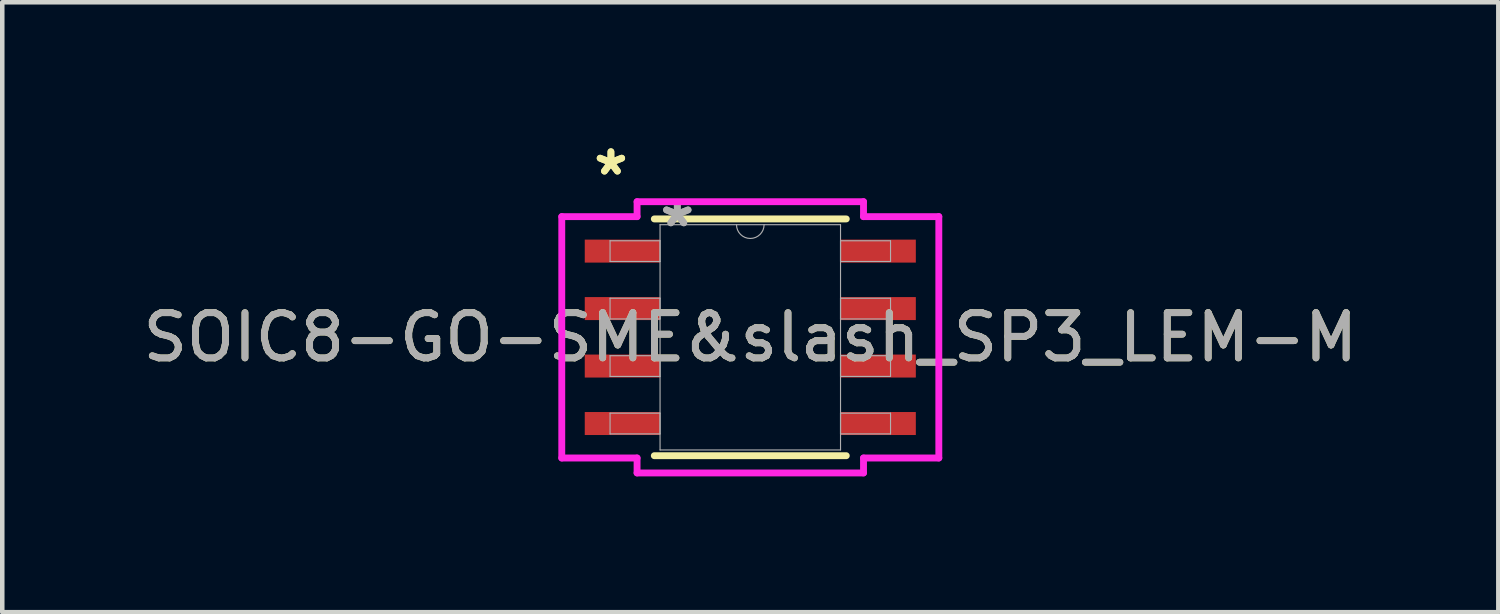
<source format=kicad_pcb>
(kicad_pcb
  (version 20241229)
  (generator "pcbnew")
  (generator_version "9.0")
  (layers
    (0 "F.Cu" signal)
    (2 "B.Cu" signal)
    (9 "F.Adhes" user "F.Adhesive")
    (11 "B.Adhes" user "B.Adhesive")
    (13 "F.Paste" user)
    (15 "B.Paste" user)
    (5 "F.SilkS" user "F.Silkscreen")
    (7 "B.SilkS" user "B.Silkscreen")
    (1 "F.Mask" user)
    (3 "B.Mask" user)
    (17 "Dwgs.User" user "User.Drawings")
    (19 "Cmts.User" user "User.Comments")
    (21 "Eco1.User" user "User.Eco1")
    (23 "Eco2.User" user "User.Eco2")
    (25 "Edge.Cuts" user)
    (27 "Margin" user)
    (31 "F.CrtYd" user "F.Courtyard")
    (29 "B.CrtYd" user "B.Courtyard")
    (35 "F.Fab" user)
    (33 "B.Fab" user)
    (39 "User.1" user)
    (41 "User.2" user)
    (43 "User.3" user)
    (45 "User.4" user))
  (footprint "SOIC8-GO-SME&slash_SP3_LEM-M"
    (layer "F.Cu")
    (at 13.53 4.404)
    (property "Reference" "SOIC8-GO-SME&slash_SP3_LEM-M" (at 0 0 0) (unlocked yes) (layer "F.SilkS") (effects (font (size 1 1) (thickness 0.15))))
    (attr smd)
    (fp_line (start -2.121 2.616) (end 2.121 2.616) (stroke (width 0.152) (type solid)) (layer "F.SilkS"))
    (fp_line (start 2.121 -2.616) (end -2.121 -2.616) (stroke (width 0.152) (type solid)) (layer "F.SilkS"))
    (fp_line (start -4.166 -2.667) (end -2.502 -2.667) (stroke (width 0.152) (type solid)) (layer "F.CrtYd"))
    (fp_line (start -4.166 2.667) (end -4.166 -2.667) (stroke (width 0.152) (type solid)) (layer "F.CrtYd"))
    (fp_line (start -4.166 2.667) (end -2.502 2.667) (stroke (width 0.152) (type solid)) (layer "F.CrtYd"))
    (fp_line (start -2.502 -2.997) (end 2.502 -2.997) (stroke (width 0.152) (type solid)) (layer "F.CrtYd"))
    (fp_line (start -2.502 -2.667) (end -2.502 -2.997) (stroke (width 0.152) (type solid)) (layer "F.CrtYd"))
    (fp_line (start -2.502 2.997) (end -2.502 2.667) (stroke (width 0.152) (type solid)) (layer "F.CrtYd"))
    (fp_line (start 2.502 -2.997) (end 2.502 -2.667) (stroke (width 0.152) (type solid)) (layer "F.CrtYd"))
    (fp_line (start 2.502 2.667) (end 2.502 2.997) (stroke (width 0.152) (type solid)) (layer "F.CrtYd"))
    (fp_line (start 2.502 2.997) (end -2.502 2.997) (stroke (width 0.152) (type solid)) (layer "F.CrtYd"))
    (fp_line (start 4.166 -2.667) (end 2.502 -2.667) (stroke (width 0.152) (type solid)) (layer "F.CrtYd"))
    (fp_line (start 4.166 -2.667) (end 4.166 2.667) (stroke (width 0.152) (type solid)) (layer "F.CrtYd"))
    (fp_line (start 4.166 2.667) (end 2.502 2.667) (stroke (width 0.152) (type solid)) (layer "F.CrtYd"))
    (fp_line (start -3.099 -2.134) (end -3.099 -1.676) (stroke (width 0.025) (type solid)) (layer "F.Fab"))
    (fp_line (start -3.099 -1.676) (end -1.994 -1.676) (stroke (width 0.025) (type solid)) (layer "F.Fab"))
    (fp_line (start -3.099 -0.864) (end -3.099 -0.406) (stroke (width 0.025) (type solid)) (layer "F.Fab"))
    (fp_line (start -3.099 -0.406) (end -1.994 -0.406) (stroke (width 0.025) (type solid)) (layer "F.Fab"))
    (fp_line (start -3.099 0.406) (end -3.099 0.864) (stroke (width 0.025) (type solid)) (layer "F.Fab"))
    (fp_line (start -3.099 0.864) (end -1.994 0.864) (stroke (width 0.025) (type solid)) (layer "F.Fab"))
    (fp_line (start -3.099 1.676) (end -3.099 2.134) (stroke (width 0.025) (type solid)) (layer "F.Fab"))
    (fp_line (start -3.099 2.134) (end -1.994 2.134) (stroke (width 0.025) (type solid)) (layer "F.Fab"))
    (fp_line (start -1.994 -2.489) (end -1.994 2.489) (stroke (width 0.025) (type solid)) (layer "F.Fab"))
    (fp_line (start -1.994 -2.134) (end -3.099 -2.134) (stroke (width 0.025) (type solid)) (layer "F.Fab"))
    (fp_line (start -1.994 -1.676) (end -1.994 -2.134) (stroke (width 0.025) (type solid)) (layer "F.Fab"))
    (fp_line (start -1.994 -0.864) (end -3.099 -0.864) (stroke (width 0.025) (type solid)) (layer "F.Fab"))
    (fp_line (start -1.994 -0.406) (end -1.994 -0.864) (stroke (width 0.025) (type solid)) (layer "F.Fab"))
    (fp_line (start -1.994 0.406) (end -3.099 0.406) (stroke (width 0.025) (type solid)) (layer "F.Fab"))
    (fp_line (start -1.994 0.864) (end -1.994 0.406) (stroke (width 0.025) (type solid)) (layer "F.Fab"))
    (fp_line (start -1.994 1.676) (end -3.099 1.676) (stroke (width 0.025) (type solid)) (layer "F.Fab"))
    (fp_line (start -1.994 2.134) (end -1.994 1.676) (stroke (width 0.025) (type solid)) (layer "F.Fab"))
    (fp_line (start -1.994 2.489) (end 1.994 2.489) (stroke (width 0.025) (type solid)) (layer "F.Fab"))
    (fp_line (start 1.994 -2.489) (end -1.994 -2.489) (stroke (width 0.025) (type solid)) (layer "F.Fab"))
    (fp_line (start 1.994 -2.134) (end 1.994 -1.676) (stroke (width 0.025) (type solid)) (layer "F.Fab"))
    (fp_line (start 1.994 -1.676) (end 3.099 -1.676) (stroke (width 0.025) (type solid)) (layer "F.Fab"))
    (fp_line (start 1.994 -0.864) (end 1.994 -0.406) (stroke (width 0.025) (type solid)) (layer "F.Fab"))
    (fp_line (start 1.994 -0.406) (end 3.099 -0.406) (stroke (width 0.025) (type solid)) (layer "F.Fab"))
    (fp_line (start 1.994 0.406) (end 1.994 0.864) (stroke (width 0.025) (type solid)) (layer "F.Fab"))
    (fp_line (start 1.994 0.864) (end 3.099 0.864) (stroke (width 0.025) (type solid)) (layer "F.Fab"))
    (fp_line (start 1.994 1.676) (end 1.994 2.134) (stroke (width 0.025) (type solid)) (layer "F.Fab"))
    (fp_line (start 1.994 2.134) (end 3.099 2.134) (stroke (width 0.025) (type solid)) (layer "F.Fab"))
    (fp_line (start 1.994 2.489) (end 1.994 -2.489) (stroke (width 0.025) (type solid)) (layer "F.Fab"))
    (fp_line (start 3.099 -2.134) (end 1.994 -2.134) (stroke (width 0.025) (type solid)) (layer "F.Fab"))
    (fp_line (start 3.099 -1.676) (end 3.099 -2.134) (stroke (width 0.025) (type solid)) (layer "F.Fab"))
    (fp_line (start 3.099 -0.864) (end 1.994 -0.864) (stroke (width 0.025) (type solid)) (layer "F.Fab"))
    (fp_line (start 3.099 -0.406) (end 3.099 -0.864) (stroke (width 0.025) (type solid)) (layer "F.Fab"))
    (fp_line (start 3.099 0.406) (end 1.994 0.406) (stroke (width 0.025) (type solid)) (layer "F.Fab"))
    (fp_line (start 3.099 0.864) (end 3.099 0.406) (stroke (width 0.025) (type solid)) (layer "F.Fab"))
    (fp_line (start 3.099 1.676) (end 1.994 1.676) (stroke (width 0.025) (type solid)) (layer "F.Fab"))
    (fp_line (start 3.099 2.134) (end 3.099 1.676) (stroke (width 0.025) (type solid)) (layer "F.Fab"))
    (fp_arc (start 0.3048 -2.4892) (mid 0 -2.1844) (end -0.3048 -2.4892) (stroke (width 0.0254) (type solid)) (layer "F.Fab"))
    (fp_text user "*" (at -3.08 -3.556 0) (unlocked yes) (layer "F.SilkS") (effects (font (size 1 1) (thickness 0.15))))
    (fp_text user "*" (at -3.08 -3.556 0) (layer "F.SilkS") (effects (font (size 1 1) (thickness 0.15))))
    (fp_text user "${REFERENCE}" (at 0 0 0) (unlocked yes) (layer "F.Fab") (effects (font (size 1 1) (thickness 0.15))))
    (fp_text user "*" (at -1.613 -2.413 0) (unlocked yes) (layer "F.Fab") (effects (font (size 1 1) (thickness 0.15))))
    (fp_text user "*" (at -1.613 -2.413 0) (layer "F.Fab") (effects (font (size 1 1) (thickness 0.15))))
    (pad "1" smd rect (at -2.826 -1.905) (size 1.664 0.508) (layers "F.Cu" "F.Mask" "F.Paste"))
    (pad "2" smd rect (at -2.826 -0.635) (size 1.664 0.508) (layers "F.Cu" "F.Mask" "F.Paste"))
    (pad "3" smd rect (at -2.826 0.635) (size 1.664 0.508) (layers "F.Cu" "F.Mask" "F.Paste"))
    (pad "4" smd rect (at -2.826 1.905) (size 1.664 0.508) (layers "F.Cu" "F.Mask" "F.Paste"))
    (pad "5" smd rect (at 2.826 1.905) (size 1.664 0.508) (layers "F.Cu" "F.Mask" "F.Paste"))
    (pad "6" smd rect (at 2.826 0.635) (size 1.664 0.508) (layers "F.Cu" "F.Mask" "F.Paste"))
    (pad "7" smd rect (at 2.826 -0.635) (size 1.664 0.508) (layers "F.Cu" "F.Mask" "F.Paste"))
    (pad "8" smd rect (at 2.826 -1.905) (size 1.664 0.508) (layers "F.Cu" "F.Mask" "F.Paste")))
  (gr_rect
    (start -3 -3)
    (end 30.06 10.478)
    (stroke (width 0.1) (type default))
    (fill no)
    (layer "Edge.Cuts")))
</source>
